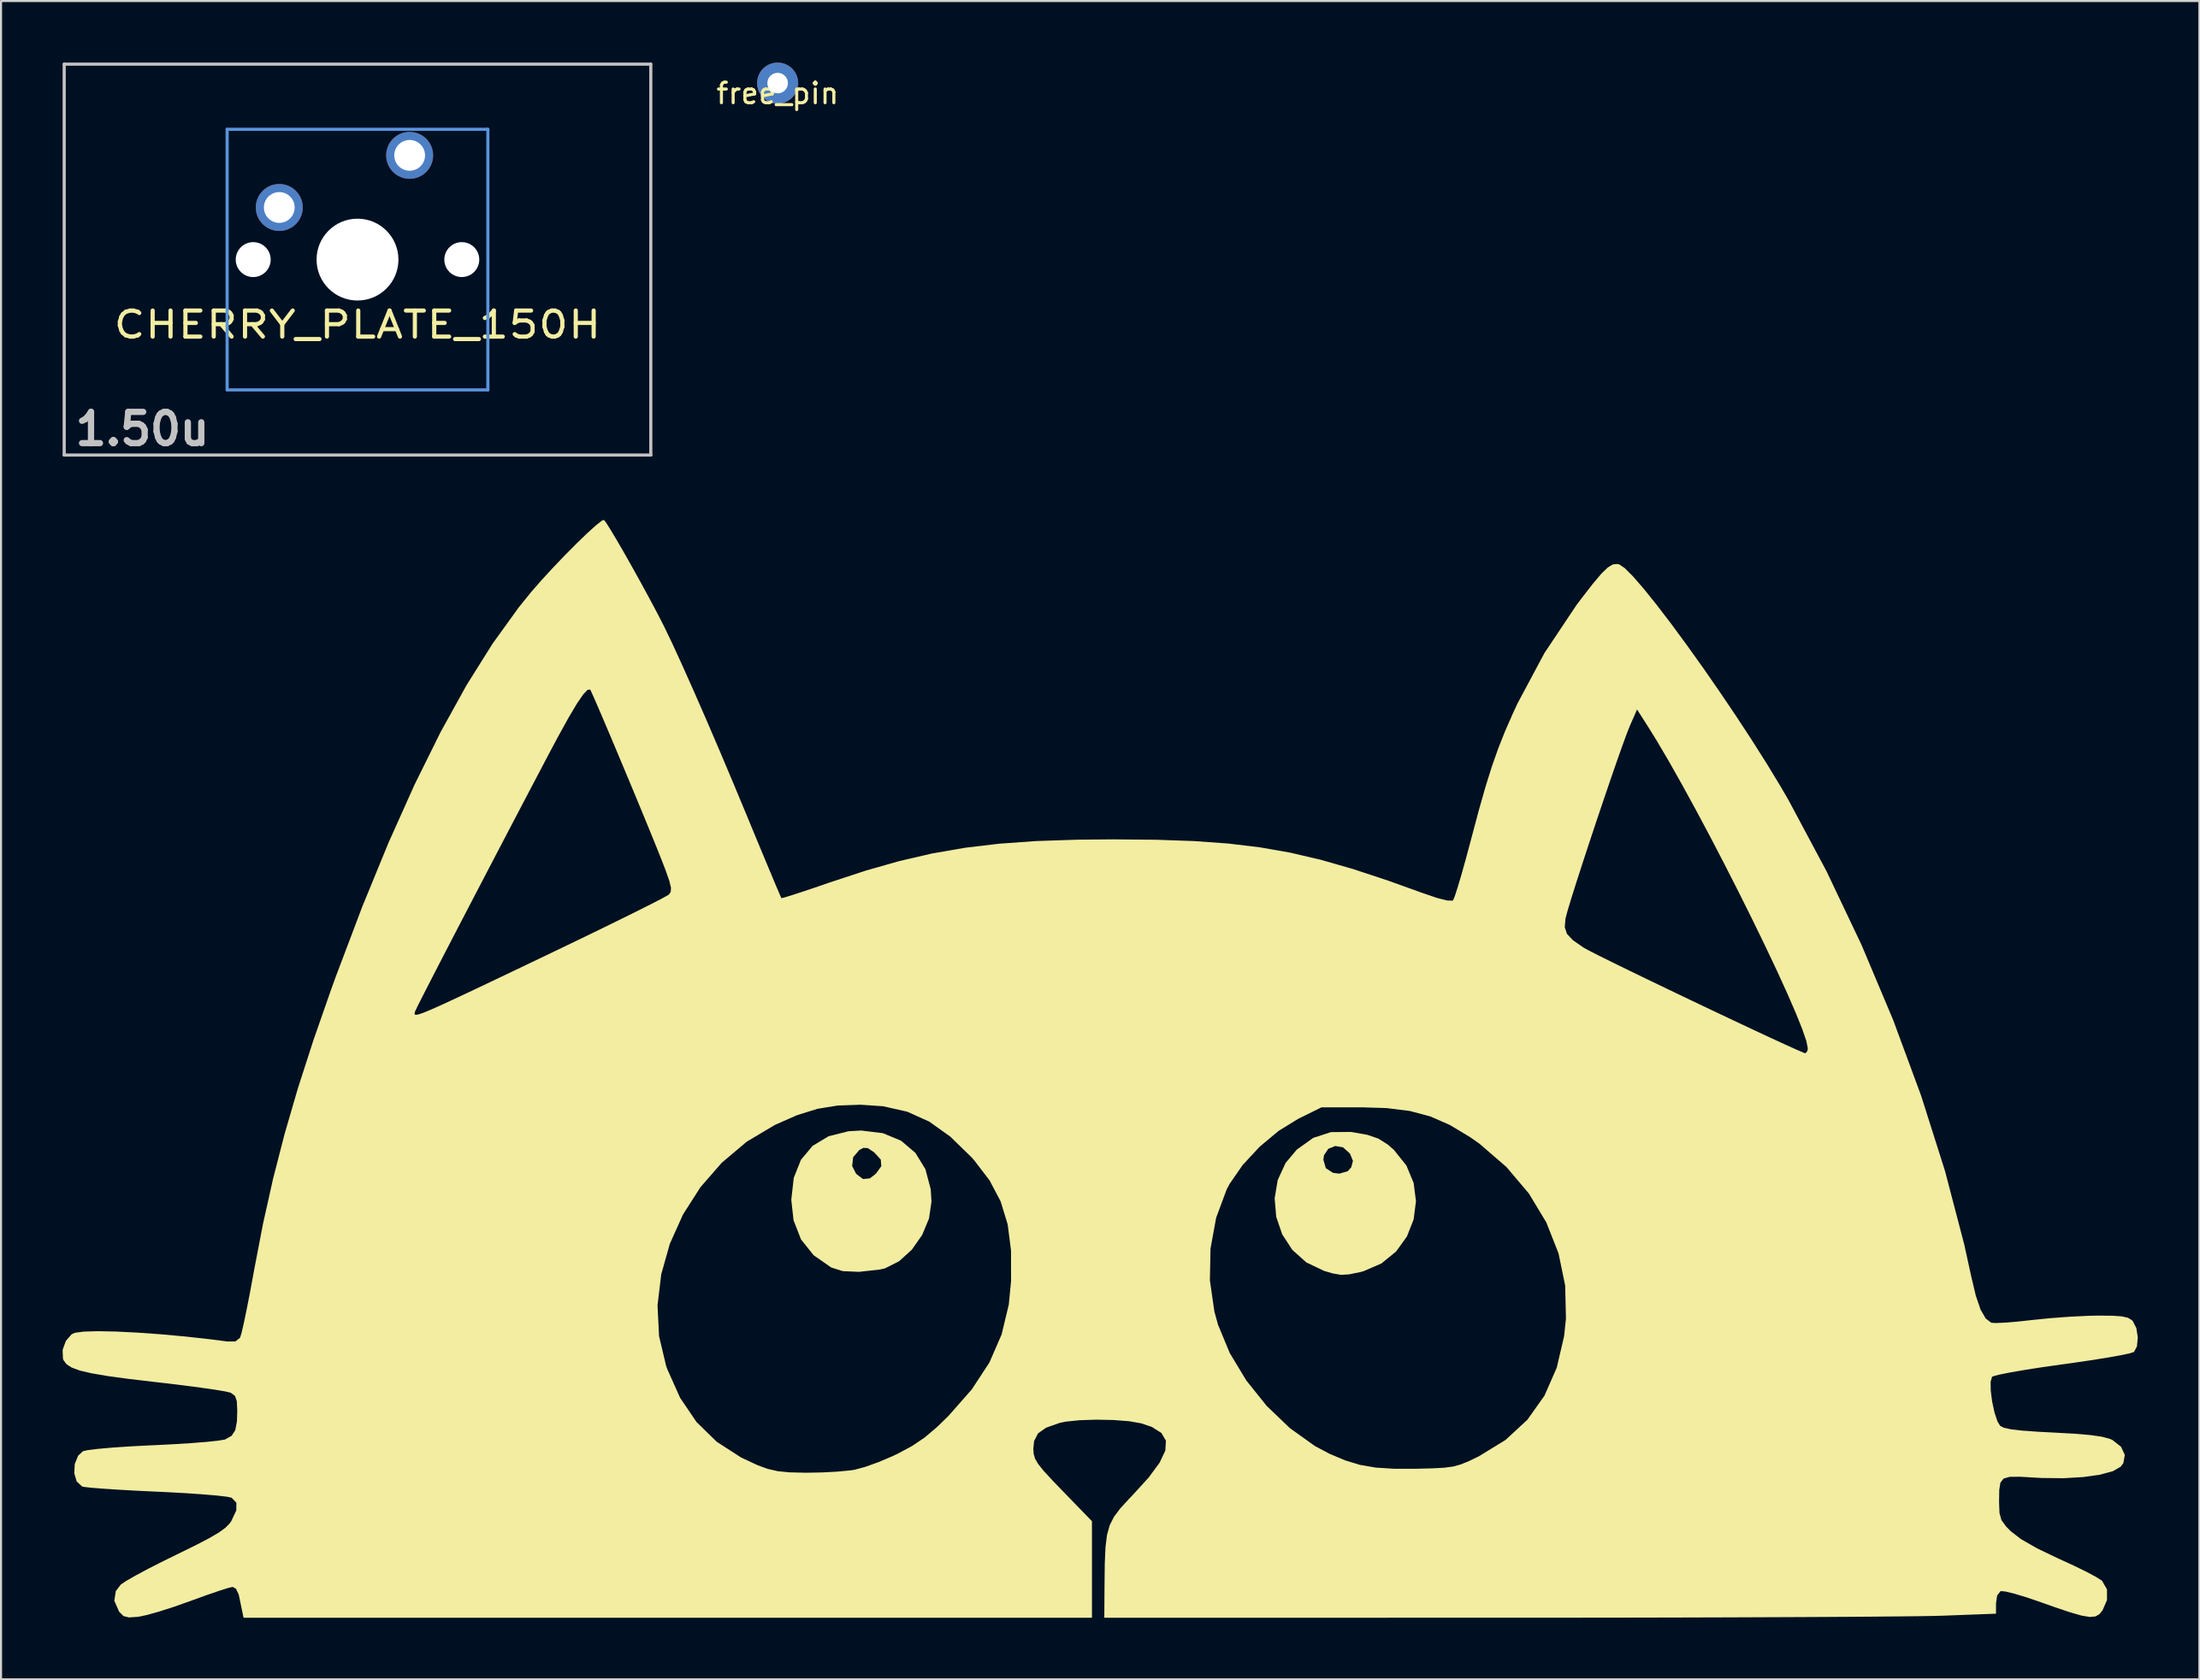
<source format=kicad_pcb>
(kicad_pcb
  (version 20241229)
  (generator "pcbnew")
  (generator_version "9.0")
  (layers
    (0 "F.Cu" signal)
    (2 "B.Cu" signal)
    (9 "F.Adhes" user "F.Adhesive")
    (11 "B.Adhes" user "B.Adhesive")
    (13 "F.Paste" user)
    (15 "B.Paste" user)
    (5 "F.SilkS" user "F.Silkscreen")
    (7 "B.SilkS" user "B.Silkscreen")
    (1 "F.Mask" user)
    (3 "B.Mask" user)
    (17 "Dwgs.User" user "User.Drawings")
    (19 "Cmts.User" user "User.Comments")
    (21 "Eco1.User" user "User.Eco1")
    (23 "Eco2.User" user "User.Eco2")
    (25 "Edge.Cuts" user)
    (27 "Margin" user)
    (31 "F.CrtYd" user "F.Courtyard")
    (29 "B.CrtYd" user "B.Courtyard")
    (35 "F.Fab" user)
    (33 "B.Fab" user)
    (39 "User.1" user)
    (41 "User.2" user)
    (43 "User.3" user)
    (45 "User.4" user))
  (footprint "free_pin"
    (layer "F.Cu")
    (at 34.829 1)
    (property "Reference" "free_pin" (at 0 0.5 0) (layer "F.SilkS") (effects (font (size 1 1) (thickness 0.15))))
    (attr through_hole)
    (pad "1" thru_hole circle (at 0 0 180) (size 2 2) (drill 1) (layers "*.Cu" "*.Mask")))
  (footprint "CHERRY_PLATE_150H"
    (layer "F.Cu")
    (at 14.364 9.601)
    (property "Reference" "CHERRY_PLATE_150H" (at 0 3.175 0) (layer "F.SilkS") (effects (font (size 1.27 1.524) (thickness 0.203))))
    (attr through_hole)
    (fp_line (start -14.287 -9.525) (end 14.287 -9.525) (stroke (width 0.152) (type solid)) (layer "Dwgs.User"))
    (fp_line (start -14.287 9.525) (end -14.287 -9.525) (stroke (width 0.152) (type solid)) (layer "Dwgs.User"))
    (fp_line (start 14.287 -9.525) (end 14.287 9.525) (stroke (width 0.152) (type solid)) (layer "Dwgs.User"))
    (fp_line (start 14.287 9.525) (end -14.287 9.525) (stroke (width 0.152) (type solid)) (layer "Dwgs.User"))
    (fp_line (start -6.35 -6.35) (end 6.35 -6.35) (stroke (width 0.152) (type solid)) (layer "Cmts.User"))
    (fp_line (start -6.35 6.35) (end -6.35 -6.35) (stroke (width 0.152) (type solid)) (layer "Cmts.User"))
    (fp_line (start 6.35 -6.35) (end 6.35 6.35) (stroke (width 0.152) (type solid)) (layer "Cmts.User"))
    (fp_line (start 6.35 6.35) (end -6.35 6.35) (stroke (width 0.152) (type solid)) (layer "Cmts.User"))
    (fp_text user "1.50u" (at -10.477 8.255 0) (layer "Dwgs.User") (effects (font (size 1.524 1.524) (thickness 0.305))))
    (pad "" np_thru_hole circle (at -5.08 0) (size 1.702 1.702) (drill 1.702) (layers "*.Cu" "*.Mask"))
    (pad "" np_thru_hole circle (at 0 0) (size 3.988 3.988) (drill 3.988) (layers "*.Cu" "*.Mask"))
    (pad "" np_thru_hole circle (at 5.08 0) (size 1.702 1.702) (drill 1.702) (layers "*.Cu" "*.Mask"))
    (pad "1" thru_hole circle (at 2.54 -5.08) (size 2.286 2.286) (drill 1.499) (layers "*.Cu" "B.Mask"))
    (pad "2" thru_hole circle (at -3.81 -2.54) (size 2.286 2.286) (drill 1.499) (layers "*.Cu" "B.Mask")))
  (footprint "KiCat"
    (layer "F.Cu")
    (at 50.44 49.035)
    (property "Reference" "KiCat" (at 0 0 180) (layer "F.SilkS") (effects (font (size 1.524 1.524) (thickness 0.3))))
    (attr through_hole)
    (fp_poly (pts (xy -10.481 3.139) (xy -9.595 3.508) (xy -8.9 4.099) (xy -8.414 4.891) (xy -8.155 5.867) (xy -8.117 6.471) (xy -8.238 7.299) (xy -8.573 8.102) (xy -9.074 8.816) (xy -9.692 9.378) (xy -10.38 9.725) (xy -10.627 9.783) (xy -11.652 9.897) (xy -12.444 9.86) (xy -13.001 9.684) (xy -13.859 9.086) (xy -14.473 8.316) (xy -14.836 7.381) (xy -14.946 6.388) (xy -14.826 5.317) (xy -14.597 4.74) (xy -11.981 4.74) (xy -11.787 5.122) (xy -11.451 5.374) (xy -11.119 5.341) (xy -10.821 5.11) (xy -10.563 4.749) (xy -10.587 4.425) (xy -10.898 4.084) (xy -10.92 4.066) (xy -11.221 3.865) (xy -11.443 3.856) (xy -11.634 3.96) (xy -11.933 4.31) (xy -11.981 4.74) (xy -14.597 4.74) (xy -14.476 4.436) (xy -13.907 3.756) (xy -13.131 3.288) (xy -12.158 3.044) (xy -11.54 3.009)) (stroke (width 0) (type solid)) (fill yes) (layer "F.SilkS"))
    (fp_poly (pts (xy 12.382 3.088) (xy 13.114 3.219) (xy 13.652 3.403) (xy 14.105 3.689) (xy 14.409 3.954) (xy 15.016 4.714) (xy 15.369 5.563) (xy 15.482 6.455) (xy 15.369 7.341) (xy 15.041 8.174) (xy 14.514 8.905) (xy 13.8 9.487) (xy 12.912 9.871) (xy 12.755 9.911) (xy 12.22 10.02) (xy 11.825 10.042) (xy 11.42 9.971) (xy 11.005 9.849) (xy 10.142 9.437) (xy 9.459 8.826) (xy 8.966 8.068) (xy 8.675 7.214) (xy 8.599 6.315) (xy 8.747 5.423) (xy 9.132 4.588) (xy 9.262 4.434) (xy 10.972 4.434) (xy 11.093 4.846) (xy 11.442 5.072) (xy 11.748 5.11) (xy 12.161 4.991) (xy 12.33 4.799) (xy 12.412 4.489) (xy 12.277 4.155) (xy 12.256 4.123) (xy 11.93 3.83) (xy 11.553 3.762) (xy 11.214 3.897) (xy 11.002 4.214) (xy 10.972 4.434) (xy 9.262 4.434) (xy 9.679 3.938) (xy 10.476 3.369) (xy 11.34 3.087) (xy 12.31 3.079)) (stroke (width 0) (type solid)) (fill yes) (layer "F.SilkS"))
    (fp_poly (pts (xy -23.976 -26.628) (xy -23.757 -26.283) (xy -23.447 -25.764) (xy -23.072 -25.116) (xy -22.659 -24.384) (xy -22.232 -23.614) (xy -21.818 -22.851) (xy -21.441 -22.141) (xy -21.137 -21.546) (xy -20.75 -20.741) (xy -20.27 -19.695) (xy -19.713 -18.446) (xy -19.095 -17.034) (xy -18.435 -15.495) (xy -17.749 -13.869) (xy -17.108 -12.329) (xy -16.686 -11.308) (xy -16.301 -10.381) (xy -15.968 -9.584) (xy -15.703 -8.951) (xy -15.519 -8.519) (xy -15.432 -8.322) (xy -15.428 -8.314) (xy -15.28 -8.348) (xy -14.898 -8.466) (xy -14.327 -8.652) (xy -13.617 -8.892) (xy -13.066 -9.082) (xy -11.325 -9.655) (xy -9.689 -10.121) (xy -8.098 -10.49) (xy -6.494 -10.769) (xy -4.818 -10.969) (xy -3.01 -11.098) (xy -1.011 -11.165) (xy 0.751 -11.18) (xy 2.829 -11.161) (xy 4.669 -11.097) (xy 6.33 -10.978) (xy 7.875 -10.793) (xy 9.364 -10.531) (xy 10.856 -10.182) (xy 12.413 -9.735) (xy 14.095 -9.18) (xy 15.825 -8.558) (xy 16.508 -8.325) (xy 17 -8.201) (xy 17.264 -8.194) (xy 17.287 -8.209) (xy 17.367 -8.392) (xy 17.506 -8.82) (xy 17.692 -9.445) (xy 17.909 -10.22) (xy 18.145 -11.098) (xy 18.172 -11.201) (xy 18.541 -12.588) (xy 18.87 -13.745) (xy 19.18 -14.735) (xy 19.493 -15.622) (xy 19.83 -16.469) (xy 20.214 -17.341) (xy 20.431 -17.81) (xy 21.738 -20.256) (xy 23.301 -22.599) (xy 23.567 -22.953) (xy 24.111 -23.652) (xy 24.52 -24.135) (xy 24.829 -24.433) (xy 25.073 -24.578) (xy 25.286 -24.6) (xy 25.391 -24.576) (xy 25.659 -24.393) (xy 26.066 -23.983) (xy 26.591 -23.376) (xy 27.213 -22.601) (xy 27.913 -21.686) (xy 28.668 -20.659) (xy 29.46 -19.551) (xy 30.266 -18.388) (xy 31.067 -17.201) (xy 31.842 -16.018) (xy 32.57 -14.868) (xy 33.231 -13.779) (xy 33.639 -13.076) (xy 35.483 -9.621) (xy 37.187 -6.034) (xy 38.73 -2.368) (xy 40.092 1.322) (xy 41.252 4.982) (xy 42.188 8.558) (xy 42.527 10.108) (xy 42.753 11.062) (xy 42.986 11.741) (xy 43.238 12.173) (xy 43.508 12.377) (xy 43.731 12.391) (xy 44.185 12.37) (xy 44.803 12.319) (xy 45.49 12.244) (xy 46.38 12.154) (xy 47.343 12.082) (xy 48.239 12.038) (xy 48.71 12.028) (xy 49.409 12.035) (xy 49.873 12.067) (xy 50.165 12.135) (xy 50.352 12.249) (xy 50.401 12.299) (xy 50.574 12.643) (xy 50.643 13.096) (xy 50.602 13.528) (xy 50.457 13.8) (xy 50.256 13.866) (xy 49.804 13.962) (xy 49.145 14.079) (xy 48.326 14.21) (xy 47.393 14.346) (xy 46.988 14.402) (xy 46.023 14.538) (xy 45.155 14.673) (xy 44.43 14.798) (xy 43.893 14.906) (xy 43.59 14.988) (xy 43.543 15.012) (xy 43.473 15.253) (xy 43.48 15.685) (xy 43.547 16.212) (xy 43.66 16.741) (xy 43.803 17.174) (xy 43.936 17.398) (xy 44.115 17.492) (xy 44.465 17.57) (xy 45.023 17.634) (xy 45.822 17.691) (xy 46.538 17.728) (xy 47.569 17.785) (xy 48.341 17.851) (xy 48.894 17.931) (xy 49.271 18.031) (xy 49.408 18.09) (xy 49.826 18.42) (xy 50.01 18.818) (xy 49.939 19.218) (xy 49.805 19.396) (xy 49.426 19.612) (xy 48.801 19.782) (xy 47.982 19.897) (xy 47.023 19.953) (xy 45.974 19.942) (xy 45.671 19.926) (xy 44.916 19.882) (xy 44.411 19.885) (xy 44.106 19.97) (xy 43.95 20.172) (xy 43.894 20.524) (xy 43.886 21.061) (xy 43.886 21.147) (xy 43.906 21.655) (xy 44.002 21.997) (xy 44.229 22.307) (xy 44.45 22.533) (xy 44.955 22.922) (xy 45.733 23.369) (xy 46.763 23.863) (xy 46.817 23.887) (xy 47.519 24.209) (xy 48.14 24.513) (xy 48.616 24.768) (xy 48.887 24.94) (xy 48.903 24.954) (xy 49.143 25.373) (xy 49.142 25.892) (xy 48.925 26.392) (xy 48.772 26.58) (xy 48.58 26.689) (xy 48.306 26.714) (xy 47.907 26.649) (xy 47.342 26.488) (xy 46.568 26.227) (xy 45.922 25.997) (xy 45.234 25.762) (xy 44.636 25.582) (xy 44.191 25.473) (xy 43.962 25.454) (xy 43.959 25.455) (xy 43.792 25.667) (xy 43.736 26.048) (xy 43.736 26.555) (xy 41.143 26.653) (xy 40.665 26.666) (xy 39.908 26.678) (xy 38.892 26.689) (xy 37.639 26.7) (xy 36.171 26.71) (xy 34.508 26.719) (xy 32.671 26.727) (xy 30.683 26.735) (xy 28.563 26.741) (xy 26.334 26.746) (xy 24.017 26.749) (xy 21.631 26.752) (xy 19.426 26.752) (xy 0.301 26.753) (xy 0.312 25.137) (xy 0.324 24.109) (xy 0.358 23.324) (xy 0.432 22.721) (xy 0.565 22.243) (xy 0.774 21.831) (xy 1.078 21.426) (xy 1.496 20.969) (xy 1.679 20.779) (xy 2.465 19.916) (xy 2.996 19.196) (xy 3.274 18.604) (xy 3.303 18.127) (xy 3.082 17.748) (xy 2.615 17.453) (xy 2.104 17.28) (xy 1.521 17.177) (xy 0.756 17.117) (xy -0.086 17.1) (xy -0.9 17.126) (xy -1.582 17.197) (xy -1.879 17.259) (xy -2.53 17.49) (xy -2.928 17.769) (xy -3.119 18.142) (xy -3.156 18.503) (xy -3.141 18.761) (xy -3.074 18.998) (xy -2.921 19.26) (xy -2.65 19.598) (xy -2.226 20.058) (xy -1.728 20.575) (xy -0.301 22.047) (xy -0.301 26.753) (xy -41.626 26.753) (xy -41.704 26.377) (xy -41.801 25.911) (xy -41.86 25.625) (xy -41.993 25.343) (xy -42.154 25.25) (xy -42.37 25.3) (xy -42.806 25.438) (xy -43.403 25.642) (xy -44.1 25.894) (xy -44.217 25.937) (xy -44.981 26.208) (xy -45.711 26.443) (xy -46.326 26.617) (xy -46.745 26.706) (xy -46.758 26.707) (xy -47.205 26.738) (xy -47.471 26.674) (xy -47.666 26.481) (xy -47.698 26.437) (xy -47.922 25.924) (xy -47.849 25.453) (xy -47.606 25.137) (xy -47.362 24.969) (xy -46.897 24.702) (xy -46.266 24.364) (xy -45.518 23.984) (xy -44.896 23.679) (xy -43.984 23.232) (xy -43.308 22.88) (xy -42.828 22.599) (xy -42.505 22.364) (xy -42.298 22.152) (xy -42.229 22.052) (xy -41.98 21.524) (xy -41.976 21.146) (xy -42.209 20.904) (xy -42.435 20.855) (xy -42.915 20.799) (xy -43.6 20.74) (xy -44.444 20.682) (xy -45.399 20.63) (xy -45.854 20.609) (xy -46.843 20.562) (xy -47.741 20.511) (xy -48.501 20.461) (xy -49.077 20.415) (xy -49.42 20.374) (xy -49.486 20.359) (xy -49.753 20.114) (xy -49.873 19.712) (xy -49.848 19.257) (xy -49.682 18.853) (xy -49.448 18.637) (xy -49.213 18.583) (xy -48.727 18.524) (xy -48.04 18.463) (xy -47.203 18.406) (xy -46.265 18.356) (xy -46.03 18.346) (xy -45.068 18.298) (xy -44.187 18.243) (xy -43.439 18.184) (xy -42.877 18.125) (xy -42.551 18.071) (xy -42.517 18.061) (xy -42.21 17.888) (xy -42.031 17.617) (xy -41.948 17.177) (xy -41.933 16.667) (xy -41.954 16.201) (xy -42.043 15.942) (xy -42.235 15.798) (xy -42.271 15.782) (xy -42.515 15.724) (xy -43.01 15.641) (xy -43.707 15.541) (xy -44.559 15.429) (xy -45.516 15.313) (xy -45.947 15.264) (xy -47.232 15.112) (xy -48.249 14.974) (xy -49.028 14.841) (xy -49.601 14.706) (xy -49.999 14.56) (xy -50.253 14.395) (xy -50.395 14.204) (xy -50.423 14.13) (xy -50.44 13.7) (xy -50.283 13.264) (xy -50.008 12.944) (xy -49.848 12.867) (xy -49.411 12.808) (xy -48.722 12.788) (xy -47.831 12.806) (xy -46.784 12.858) (xy -45.628 12.941) (xy -44.41 13.053) (xy -43.178 13.191) (xy -42.421 13.29) (xy -42.022 13.286) (xy -41.804 13.115) (xy -41.793 13.095) (xy -41.724 12.872) (xy -41.615 12.401) (xy -41.476 11.734) (xy -41.436 11.528) (xy -21.462 11.528) (xy -21.387 13.03) (xy -21.042 14.485) (xy -20.995 14.618) (xy -20.36 16.037) (xy -19.563 17.214) (xy -18.579 18.176) (xy -17.383 18.949) (xy -16.583 19.321) (xy -16.09 19.5) (xy -15.607 19.61) (xy -15.034 19.667) (xy -14.27 19.685) (xy -14.186 19.685) (xy -13.43 19.671) (xy -12.685 19.631) (xy -12.068 19.572) (xy -11.856 19.539) (xy -11.344 19.401) (xy -10.685 19.164) (xy -9.995 18.87) (xy -9.771 18.763) (xy -9.058 18.381) (xy -8.448 17.969) (xy -7.839 17.452) (xy -7.291 16.918) (xy -6.153 15.624) (xy -5.295 14.314) (xy -4.701 12.948) (xy -4.351 11.488) (xy -4.24 10.342) (xy -4.24 10.31) (xy 5.444 10.31) (xy 5.663 11.831) (xy 5.841 12.477) (xy 6.413 13.855) (xy 7.22 15.192) (xy 8.211 16.429) (xy 9.339 17.511) (xy 10.554 18.381) (xy 11.272 18.763) (xy 12.037 19.085) (xy 12.757 19.304) (xy 13.518 19.435) (xy 14.405 19.492) (xy 15.498 19.492) (xy 16.292 19.472) (xy 16.865 19.441) (xy 17.298 19.383) (xy 17.671 19.28) (xy 18.063 19.118) (xy 18.551 18.882) (xy 19.846 18.088) (xy 20.911 17.102) (xy 21.742 15.928) (xy 22.339 14.569) (xy 22.698 13.03) (xy 22.788 12.174) (xy 22.75 10.565) (xy 22.426 8.994) (xy 21.832 7.488) (xy 20.981 6.077) (xy 19.89 4.788) (xy 18.572 3.65) (xy 18.119 3.331) (xy 17.139 2.742) (xy 16.187 2.324) (xy 15.182 2.056) (xy 14.042 1.915) (xy 12.843 1.879) (xy 10.881 1.879) (xy 9.743 2.441) (xy 8.791 3.027) (xy 7.863 3.803) (xy 7.04 4.691) (xy 6.404 5.61) (xy 6.261 5.881) (xy 5.748 7.264) (xy 5.474 8.764) (xy 5.444 10.31) (xy -4.24 10.31) (xy -4.242 8.861) (xy -4.405 7.587) (xy -4.747 6.466) (xy -5.287 5.441) (xy -6.041 4.455) (xy -6.182 4.298) (xy -7.206 3.302) (xy -8.226 2.575) (xy -9.297 2.092) (xy -10.474 1.826) (xy -11.573 1.752) (xy -12.685 1.791) (xy -13.68 1.953) (xy -14.673 2.264) (xy -15.747 2.737) (xy -17.12 3.556) (xy -18.334 4.58) (xy -19.373 5.774) (xy -20.221 7.102) (xy -20.862 8.528) (xy -21.281 10.015) (xy -21.462 11.528) (xy -41.436 11.528) (xy -41.316 10.918) (xy -41.147 10.003) (xy -41.117 9.836) (xy -40.679 7.554) (xy -40.188 5.358) (xy -39.628 3.179) (xy -38.98 0.952) (xy -38.224 -1.391) (xy -37.76 -2.719) (xy -33.294 -2.719) (xy -33.294 -2.655) (xy -33.242 -2.628) (xy -33.117 -2.647) (xy -32.897 -2.72) (xy -32.559 -2.857) (xy -32.081 -3.068) (xy -31.441 -3.363) (xy -30.617 -3.749) (xy -29.587 -4.238) (xy -28.329 -4.838) (xy -26.916 -5.514) (xy -25.681 -6.107) (xy -24.525 -6.666) (xy -24.05 -6.898) (xy 22.73 -6.898) (xy 22.837 -6.573) (xy 23.13 -6.264) (xy 23.651 -5.902) (xy 23.663 -5.895) (xy 23.911 -5.759) (xy 24.382 -5.519) (xy 25.041 -5.192) (xy 25.85 -4.796) (xy 26.775 -4.348) (xy 27.779 -3.865) (xy 28.827 -3.363) (xy 29.882 -2.861) (xy 30.909 -2.375) (xy 31.871 -1.922) (xy 32.732 -1.52) (xy 33.458 -1.185) (xy 34.011 -0.935) (xy 34.356 -0.787) (xy 34.455 -0.753) (xy 34.553 -0.875) (xy 34.568 -1) (xy 34.498 -1.353) (xy 34.297 -1.938) (xy 33.98 -2.726) (xy 33.563 -3.685) (xy 33.061 -4.785) (xy 32.488 -5.996) (xy 31.86 -7.287) (xy 31.192 -8.629) (xy 30.499 -9.99) (xy 29.797 -11.34) (xy 29.099 -12.648) (xy 28.422 -13.885) (xy 27.781 -15.02) (xy 27.19 -16.023) (xy 26.78 -16.683) (xy 26.252 -17.509) (xy 25.911 -16.736) (xy 25.762 -16.362) (xy 25.542 -15.762) (xy 25.265 -14.98) (xy 24.948 -14.062) (xy 24.605 -13.055) (xy 24.251 -12.004) (xy 23.903 -10.954) (xy 23.575 -9.953) (xy 23.282 -9.045) (xy 23.04 -8.276) (xy 22.864 -7.692) (xy 22.77 -7.339) (xy 22.764 -7.309) (xy 22.73 -6.898) (xy -24.05 -6.898) (xy -23.479 -7.177) (xy -22.571 -7.626) (xy -21.831 -7.997) (xy -21.287 -8.277) (xy -20.97 -8.451) (xy -20.901 -8.497) (xy -20.817 -8.626) (xy -20.807 -8.823) (xy -20.882 -9.141) (xy -21.055 -9.638) (xy -21.263 -10.178) (xy -21.492 -10.752) (xy -21.79 -11.485) (xy -22.138 -12.334) (xy -22.521 -13.26) (xy -22.921 -14.22) (xy -23.32 -15.174) (xy -23.701 -16.08) (xy -24.048 -16.898) (xy -24.342 -17.587) (xy -24.568 -18.105) (xy -24.707 -18.412) (xy -24.742 -18.478) (xy -24.869 -18.467) (xy -25.081 -18.245) (xy -25.386 -17.799) (xy -25.792 -17.116) (xy -26.309 -16.181) (xy -26.722 -15.405) (xy -27.446 -14.028) (xy -28.184 -12.623) (xy -28.92 -11.216) (xy -29.642 -9.834) (xy -30.336 -8.503) (xy -30.988 -7.25) (xy -31.585 -6.1) (xy -32.113 -5.079) (xy -32.557 -4.216) (xy -32.906 -3.534) (xy -33.144 -3.062) (xy -33.258 -2.824) (xy -33.265 -2.808) (xy -33.294 -2.719) (xy -37.76 -2.719) (xy -37.343 -3.914) (xy -37.143 -4.466) (xy -35.851 -7.882) (xy -34.571 -11.004) (xy -33.299 -13.842) (xy -32.033 -16.401) (xy -30.767 -18.69) (xy -29.498 -20.715) (xy -28.222 -22.485) (xy -27.627 -23.221) (xy -27.136 -23.785) (xy -26.577 -24.394) (xy -25.991 -25.008) (xy -25.417 -25.586) (xy -24.897 -26.089) (xy -24.471 -26.476) (xy -24.179 -26.706) (xy -24.08 -26.753)) (stroke (width 0) (type solid)) (fill yes) (layer "F.SilkS")))
  (gr_rect
    (start -3 -3)
    (end 104.083 78.788)
    (stroke (width 0.1) (type default))
    (fill no)
    (layer "Edge.Cuts")))
</source>
